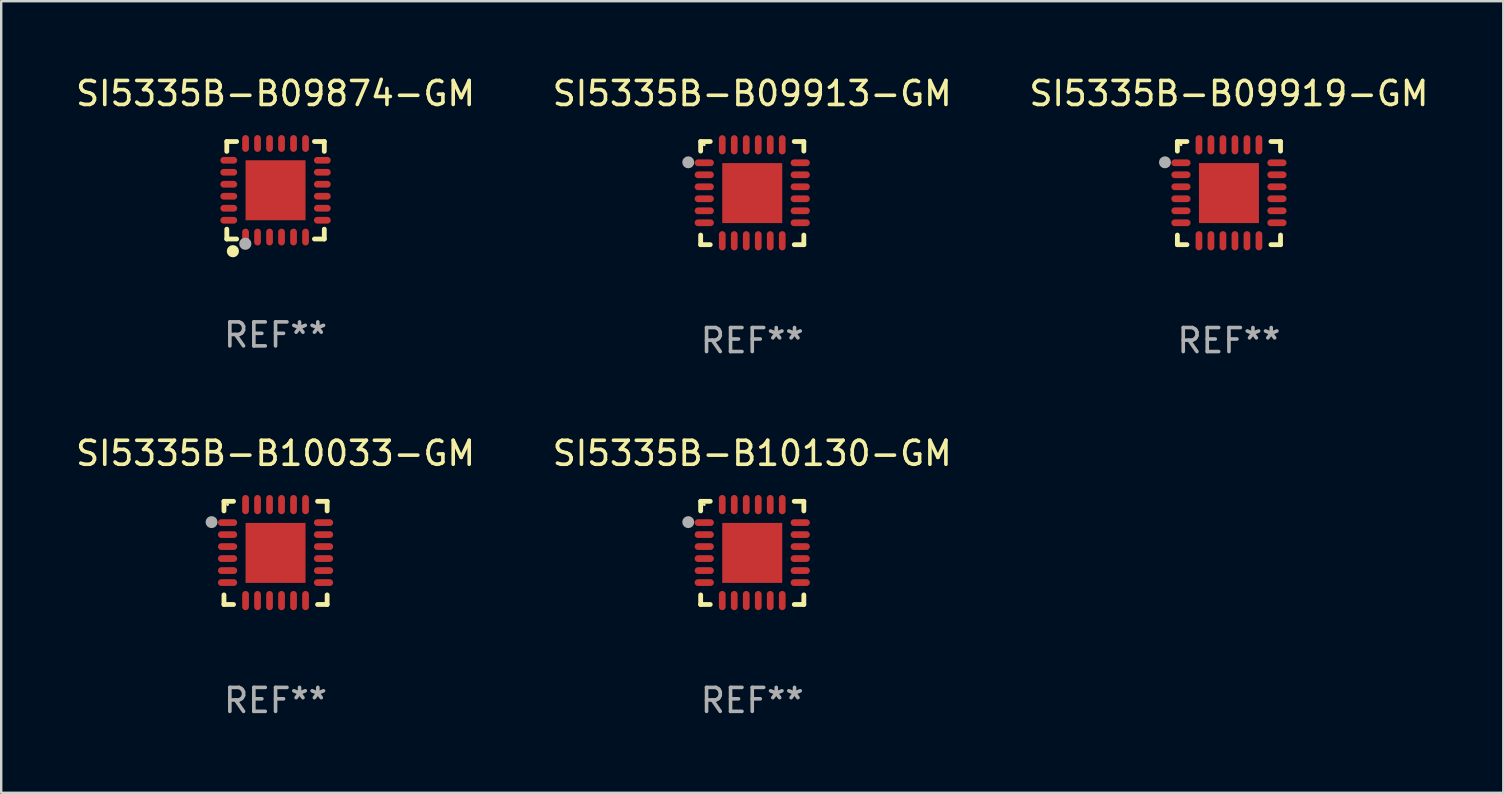
<source format=kicad_pcb>
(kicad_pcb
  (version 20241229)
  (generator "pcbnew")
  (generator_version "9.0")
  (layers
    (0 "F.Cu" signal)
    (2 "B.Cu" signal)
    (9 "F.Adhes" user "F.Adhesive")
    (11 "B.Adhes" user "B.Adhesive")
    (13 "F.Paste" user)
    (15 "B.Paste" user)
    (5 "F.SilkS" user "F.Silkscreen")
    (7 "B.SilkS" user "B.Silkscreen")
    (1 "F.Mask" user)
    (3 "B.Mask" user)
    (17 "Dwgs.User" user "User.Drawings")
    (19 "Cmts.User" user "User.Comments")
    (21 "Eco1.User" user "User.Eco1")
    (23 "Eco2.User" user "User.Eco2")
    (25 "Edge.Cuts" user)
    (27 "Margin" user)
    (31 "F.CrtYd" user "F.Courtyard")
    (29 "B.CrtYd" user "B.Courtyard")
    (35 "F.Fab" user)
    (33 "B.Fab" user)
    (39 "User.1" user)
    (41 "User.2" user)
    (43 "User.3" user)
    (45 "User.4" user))
  (footprint "SI5335B-B10033-GM"
    (layer "F.Cu")
    (at 8.435 19.995)
    (property "Reference" "SI5335B-B10033-GM" (at 0 -4.15 0) (layer "F.SilkS") (effects (font (size 1 1) (thickness 0.15))))
    (attr through_hole)
    (fp_line (start -2.15 -2.15) (end -1.75 -2.15) (stroke (width 0.2) (type solid)) (layer "F.SilkS"))
    (fp_line (start -2.15 -1.75) (end -2.15 -2.15) (stroke (width 0.2) (type solid)) (layer "F.SilkS"))
    (fp_line (start -2.15 2.15) (end -2.15 1.75) (stroke (width 0.2) (type solid)) (layer "F.SilkS"))
    (fp_line (start -1.75 2.15) (end -2.15 2.15) (stroke (width 0.2) (type solid)) (layer "F.SilkS"))
    (fp_line (start 1.75 -2.15) (end 2.15 -2.15) (stroke (width 0.2) (type solid)) (layer "F.SilkS"))
    (fp_line (start 1.75 2.15) (end 2.15 2.15) (stroke (width 0.2) (type solid)) (layer "F.SilkS"))
    (fp_line (start 2.15 -2.15) (end 2.15 -1.75) (stroke (width 0.2) (type solid)) (layer "F.SilkS"))
    (fp_line (start 2.15 2.15) (end 2.15 1.75) (stroke (width 0.2) (type solid)) (layer "F.SilkS"))
    (fp_circle (center -2 -2.013) (end -1.97 -2.013) (stroke (width 0.06) (type solid)) (fill no) (layer "F.SilkS"))
    (fp_circle (center -2.667 -1.283) (end -2.542 -1.283) (stroke (width 0.25) (type solid)) (fill no) (layer "F.Fab"))
    (fp_text user "REF**" (at 0 6.15 0) (layer "F.Fab") (effects (font (size 1 1) (thickness 0.15))))
    (pad "1" smd oval (at -2 -1.263) (size 0.8 0.28) (layers "F.Cu" "F.Mask" "F.Paste"))
    (pad "2" smd oval (at -2 -0.763) (size 0.8 0.28) (layers "F.Cu" "F.Mask" "F.Paste"))
    (pad "3" smd oval (at -2 -0.263) (size 0.8 0.28) (layers "F.Cu" "F.Mask" "F.Paste"))
    (pad "4" smd oval (at -2 0.237) (size 0.8 0.28) (layers "F.Cu" "F.Mask" "F.Paste"))
    (pad "5" smd oval (at -2 0.737) (size 0.8 0.28) (layers "F.Cu" "F.Mask" "F.Paste"))
    (pad "6" smd oval (at -2 1.237) (size 0.8 0.28) (layers "F.Cu" "F.Mask" "F.Paste"))
    (pad "7" smd oval (at -1.25 1.987) (size 0.28 0.8) (layers "F.Cu" "F.Mask" "F.Paste"))
    (pad "8" smd oval (at -0.75 1.987) (size 0.28 0.8) (layers "F.Cu" "F.Mask" "F.Paste"))
    (pad "9" smd oval (at -0.25 1.987) (size 0.28 0.8) (layers "F.Cu" "F.Mask" "F.Paste"))
    (pad "10" smd oval (at 0.25 1.987) (size 0.28 0.8) (layers "F.Cu" "F.Mask" "F.Paste"))
    (pad "11" smd oval (at 0.75 1.987) (size 0.28 0.8) (layers "F.Cu" "F.Mask" "F.Paste"))
    (pad "12" smd oval (at 1.25 1.987) (size 0.28 0.8) (layers "F.Cu" "F.Mask" "F.Paste"))
    (pad "13" smd oval (at 2 1.237) (size 0.8 0.28) (layers "F.Cu" "F.Mask" "F.Paste"))
    (pad "14" smd oval (at 2 0.737) (size 0.8 0.28) (layers "F.Cu" "F.Mask" "F.Paste"))
    (pad "15" smd oval (at 2 0.237) (size 0.8 0.28) (layers "F.Cu" "F.Mask" "F.Paste"))
    (pad "16" smd oval (at 2 -0.263) (size 0.8 0.28) (layers "F.Cu" "F.Mask" "F.Paste"))
    (pad "17" smd oval (at 2 -0.763) (size 0.8 0.28) (layers "F.Cu" "F.Mask" "F.Paste"))
    (pad "18" smd oval (at 2 -1.263) (size 0.8 0.28) (layers "F.Cu" "F.Mask" "F.Paste"))
    (pad "19" smd oval (at 1.25 -2.013) (size 0.28 0.8) (layers "F.Cu" "F.Mask" "F.Paste"))
    (pad "20" smd oval (at 0.75 -2.013) (size 0.28 0.8) (layers "F.Cu" "F.Mask" "F.Paste"))
    (pad "21" smd oval (at 0.25 -2.013) (size 0.28 0.8) (layers "F.Cu" "F.Mask" "F.Paste"))
    (pad "22" smd oval (at -0.25 -2.013) (size 0.28 0.8) (layers "F.Cu" "F.Mask" "F.Paste"))
    (pad "23" smd oval (at -0.75 -2.013) (size 0.28 0.8) (layers "F.Cu" "F.Mask" "F.Paste"))
    (pad "24" smd oval (at -1.25 -2.013) (size 0.28 0.8) (layers "F.Cu" "F.Mask" "F.Paste"))
    (pad "25" smd rect (at -0.000127 -0.00014) (size 2.5 2.5) (layers "F.Cu" "F.Mask" "F.Paste")))
  (footprint "SI5335B-B09874-GM"
    (layer "F.Cu")
    (at 8.435 4.88)
    (property "Reference" "SI5335B-B09874-GM" (at 0 -4.032 0) (layer "F.SilkS") (effects (font (size 1 1) (thickness 0.15))))
    (attr through_hole)
    (fp_line (start -2.032 -2.032) (end -1.621 -2.032) (stroke (width 0.2) (type solid)) (layer "F.SilkS"))
    (fp_line (start -2.032 -1.621) (end -2.032 -2.032) (stroke (width 0.2) (type solid)) (layer "F.SilkS"))
    (fp_line (start -2.032 2.032) (end -2.032 1.621) (stroke (width 0.2) (type solid)) (layer "F.SilkS"))
    (fp_line (start -1.621 2.032) (end -2.032 2.032) (stroke (width 0.2) (type solid)) (layer "F.SilkS"))
    (fp_line (start 1.621 -2.032) (end 2.032 -2.032) (stroke (width 0.2) (type solid)) (layer "F.SilkS"))
    (fp_line (start 2.032 -2.032) (end 2.032 -1.621) (stroke (width 0.2) (type solid)) (layer "F.SilkS"))
    (fp_line (start 2.032 1.621) (end 2.032 2.032) (stroke (width 0.2) (type solid)) (layer "F.SilkS"))
    (fp_line (start 2.032 2.032) (end 1.621 2.032) (stroke (width 0.2) (type solid)) (layer "F.SilkS"))
    (fp_circle (center -2 2) (end -1.97 2) (stroke (width 0.06) (type solid)) (fill no) (layer "F.SilkS"))
    (fp_circle (center -1.778 2.54) (end -1.651 2.54) (stroke (width 0.254) (type solid)) (fill no) (layer "F.SilkS"))
    (fp_circle (center -1.26 2.23) (end -1.133 2.23) (stroke (width 0.254) (type solid)) (fill no) (layer "F.Fab"))
    (fp_text user "REF**" (at 0 6.032 0) (layer "F.Fab") (effects (font (size 1 1) (thickness 0.15))))
    (pad "1" smd oval (at -1.25 1.95 180) (size 0.28 0.7) (layers "F.Cu" "F.Mask" "F.Paste"))
    (pad "2" smd oval (at -0.75 1.95 180) (size 0.28 0.7) (layers "F.Cu" "F.Mask" "F.Paste"))
    (pad "3" smd oval (at -0.25 1.95 180) (size 0.28 0.7) (layers "F.Cu" "F.Mask" "F.Paste"))
    (pad "4" smd oval (at 0.25 1.95 180) (size 0.28 0.7) (layers "F.Cu" "F.Mask" "F.Paste"))
    (pad "5" smd oval (at 0.75 1.95 180) (size 0.28 0.7) (layers "F.Cu" "F.Mask" "F.Paste"))
    (pad "6" smd oval (at 1.25 1.95 180) (size 0.28 0.7) (layers "F.Cu" "F.Mask" "F.Paste"))
    (pad "7" smd oval (at 1.95 1.25 270) (size 0.28 0.7) (layers "F.Cu" "F.Mask" "F.Paste"))
    (pad "8" smd oval (at 1.95 0.75 270) (size 0.28 0.7) (layers "F.Cu" "F.Mask" "F.Paste"))
    (pad "9" smd oval (at 1.95 0.25 270) (size 0.28 0.7) (layers "F.Cu" "F.Mask" "F.Paste"))
    (pad "10" smd oval (at 1.95 -0.25 270) (size 0.28 0.7) (layers "F.Cu" "F.Mask" "F.Paste"))
    (pad "11" smd oval (at 1.95 -0.75 270) (size 0.28 0.7) (layers "F.Cu" "F.Mask" "F.Paste"))
    (pad "12" smd oval (at 1.95 -1.25 270) (size 0.28 0.7) (layers "F.Cu" "F.Mask" "F.Paste"))
    (pad "13" smd oval (at 1.25 -1.95) (size 0.28 0.7) (layers "F.Cu" "F.Mask" "F.Paste"))
    (pad "14" smd oval (at 0.75 -1.95) (size 0.28 0.7) (layers "F.Cu" "F.Mask" "F.Paste"))
    (pad "15" smd oval (at 0.25 -1.95) (size 0.28 0.7) (layers "F.Cu" "F.Mask" "F.Paste"))
    (pad "16" smd oval (at -0.25 -1.95) (size 0.28 0.7) (layers "F.Cu" "F.Mask" "F.Paste"))
    (pad "17" smd oval (at -0.75 -1.95) (size 0.28 0.7) (layers "F.Cu" "F.Mask" "F.Paste"))
    (pad "18" smd oval (at -1.25 -1.95) (size 0.28 0.7) (layers "F.Cu" "F.Mask" "F.Paste"))
    (pad "19" smd oval (at -1.95 -1.25 90) (size 0.28 0.7) (layers "F.Cu" "F.Mask" "F.Paste"))
    (pad "20" smd oval (at -1.95 -0.75 90) (size 0.28 0.7) (layers "F.Cu" "F.Mask" "F.Paste"))
    (pad "21" smd oval (at -1.95 -0.25 90) (size 0.28 0.7) (layers "F.Cu" "F.Mask" "F.Paste"))
    (pad "22" smd oval (at -1.95 0.25 90) (size 0.28 0.7) (layers "F.Cu" "F.Mask" "F.Paste"))
    (pad "23" smd oval (at -1.95 0.75 90) (size 0.28 0.7) (layers "F.Cu" "F.Mask" "F.Paste"))
    (pad "24" smd oval (at -1.95 1.25 90) (size 0.28 0.7) (layers "F.Cu" "F.Mask" "F.Paste"))
    (pad "25" smd rect (at -0.000178 0.000025 90) (size 2.5 2.5) (layers "F.Cu" "F.Mask" "F.Paste")))
  (footprint "SI5335B-B09913-GM"
    (layer "F.Cu")
    (at 28.304 4.998)
    (property "Reference" "SI5335B-B09913-GM" (at 0 -4.15 0) (layer "F.SilkS") (effects (font (size 1 1) (thickness 0.15))))
    (attr through_hole)
    (fp_line (start -2.15 -2.15) (end -1.75 -2.15) (stroke (width 0.2) (type solid)) (layer "F.SilkS"))
    (fp_line (start -2.15 -1.75) (end -2.15 -2.15) (stroke (width 0.2) (type solid)) (layer "F.SilkS"))
    (fp_line (start -2.15 2.15) (end -2.15 1.75) (stroke (width 0.2) (type solid)) (layer "F.SilkS"))
    (fp_line (start -1.75 2.15) (end -2.15 2.15) (stroke (width 0.2) (type solid)) (layer "F.SilkS"))
    (fp_line (start 1.75 -2.15) (end 2.15 -2.15) (stroke (width 0.2) (type solid)) (layer "F.SilkS"))
    (fp_line (start 1.75 2.15) (end 2.15 2.15) (stroke (width 0.2) (type solid)) (layer "F.SilkS"))
    (fp_line (start 2.15 -2.15) (end 2.15 -1.75) (stroke (width 0.2) (type solid)) (layer "F.SilkS"))
    (fp_line (start 2.15 2.15) (end 2.15 1.75) (stroke (width 0.2) (type solid)) (layer "F.SilkS"))
    (fp_circle (center -2 -2.013) (end -1.97 -2.013) (stroke (width 0.06) (type solid)) (fill no) (layer "F.SilkS"))
    (fp_circle (center -2.667 -1.283) (end -2.542 -1.283) (stroke (width 0.25) (type solid)) (fill no) (layer "F.Fab"))
    (fp_text user "REF**" (at 0 6.15 0) (layer "F.Fab") (effects (font (size 1 1) (thickness 0.15))))
    (pad "1" smd oval (at -2 -1.263) (size 0.8 0.28) (layers "F.Cu" "F.Mask" "F.Paste"))
    (pad "2" smd oval (at -2 -0.763) (size 0.8 0.28) (layers "F.Cu" "F.Mask" "F.Paste"))
    (pad "3" smd oval (at -2 -0.263) (size 0.8 0.28) (layers "F.Cu" "F.Mask" "F.Paste"))
    (pad "4" smd oval (at -2 0.237) (size 0.8 0.28) (layers "F.Cu" "F.Mask" "F.Paste"))
    (pad "5" smd oval (at -2 0.737) (size 0.8 0.28) (layers "F.Cu" "F.Mask" "F.Paste"))
    (pad "6" smd oval (at -2 1.237) (size 0.8 0.28) (layers "F.Cu" "F.Mask" "F.Paste"))
    (pad "7" smd oval (at -1.25 1.987) (size 0.28 0.8) (layers "F.Cu" "F.Mask" "F.Paste"))
    (pad "8" smd oval (at -0.75 1.987) (size 0.28 0.8) (layers "F.Cu" "F.Mask" "F.Paste"))
    (pad "9" smd oval (at -0.25 1.987) (size 0.28 0.8) (layers "F.Cu" "F.Mask" "F.Paste"))
    (pad "10" smd oval (at 0.25 1.987) (size 0.28 0.8) (layers "F.Cu" "F.Mask" "F.Paste"))
    (pad "11" smd oval (at 0.75 1.987) (size 0.28 0.8) (layers "F.Cu" "F.Mask" "F.Paste"))
    (pad "12" smd oval (at 1.25 1.987) (size 0.28 0.8) (layers "F.Cu" "F.Mask" "F.Paste"))
    (pad "13" smd oval (at 2 1.237) (size 0.8 0.28) (layers "F.Cu" "F.Mask" "F.Paste"))
    (pad "14" smd oval (at 2 0.737) (size 0.8 0.28) (layers "F.Cu" "F.Mask" "F.Paste"))
    (pad "15" smd oval (at 2 0.237) (size 0.8 0.28) (layers "F.Cu" "F.Mask" "F.Paste"))
    (pad "16" smd oval (at 2 -0.263) (size 0.8 0.28) (layers "F.Cu" "F.Mask" "F.Paste"))
    (pad "17" smd oval (at 2 -0.763) (size 0.8 0.28) (layers "F.Cu" "F.Mask" "F.Paste"))
    (pad "18" smd oval (at 2 -1.263) (size 0.8 0.28) (layers "F.Cu" "F.Mask" "F.Paste"))
    (pad "19" smd oval (at 1.25 -2.013) (size 0.28 0.8) (layers "F.Cu" "F.Mask" "F.Paste"))
    (pad "20" smd oval (at 0.75 -2.013) (size 0.28 0.8) (layers "F.Cu" "F.Mask" "F.Paste"))
    (pad "21" smd oval (at 0.25 -2.013) (size 0.28 0.8) (layers "F.Cu" "F.Mask" "F.Paste"))
    (pad "22" smd oval (at -0.25 -2.013) (size 0.28 0.8) (layers "F.Cu" "F.Mask" "F.Paste"))
    (pad "23" smd oval (at -0.75 -2.013) (size 0.28 0.8) (layers "F.Cu" "F.Mask" "F.Paste"))
    (pad "24" smd oval (at -1.25 -2.013) (size 0.28 0.8) (layers "F.Cu" "F.Mask" "F.Paste"))
    (pad "25" smd rect (at -0.000127 -0.00014) (size 2.5 2.5) (layers "F.Cu" "F.Mask" "F.Paste")))
  (footprint "SI5335B-B10130-GM"
    (layer "F.Cu")
    (at 28.304 19.995)
    (property "Reference" "SI5335B-B10130-GM" (at 0 -4.15 0) (layer "F.SilkS") (effects (font (size 1 1) (thickness 0.15))))
    (attr through_hole)
    (fp_line (start -2.15 -2.15) (end -1.75 -2.15) (stroke (width 0.2) (type solid)) (layer "F.SilkS"))
    (fp_line (start -2.15 -1.75) (end -2.15 -2.15) (stroke (width 0.2) (type solid)) (layer "F.SilkS"))
    (fp_line (start -2.15 2.15) (end -2.15 1.75) (stroke (width 0.2) (type solid)) (layer "F.SilkS"))
    (fp_line (start -1.75 2.15) (end -2.15 2.15) (stroke (width 0.2) (type solid)) (layer "F.SilkS"))
    (fp_line (start 1.75 -2.15) (end 2.15 -2.15) (stroke (width 0.2) (type solid)) (layer "F.SilkS"))
    (fp_line (start 1.75 2.15) (end 2.15 2.15) (stroke (width 0.2) (type solid)) (layer "F.SilkS"))
    (fp_line (start 2.15 -2.15) (end 2.15 -1.75) (stroke (width 0.2) (type solid)) (layer "F.SilkS"))
    (fp_line (start 2.15 2.15) (end 2.15 1.75) (stroke (width 0.2) (type solid)) (layer "F.SilkS"))
    (fp_circle (center -2 -2.013) (end -1.97 -2.013) (stroke (width 0.06) (type solid)) (fill no) (layer "F.SilkS"))
    (fp_circle (center -2.667 -1.283) (end -2.542 -1.283) (stroke (width 0.25) (type solid)) (fill no) (layer "F.Fab"))
    (fp_text user "REF**" (at 0 6.15 0) (layer "F.Fab") (effects (font (size 1 1) (thickness 0.15))))
    (pad "1" smd oval (at -2 -1.263) (size 0.8 0.28) (layers "F.Cu" "F.Mask" "F.Paste"))
    (pad "2" smd oval (at -2 -0.763) (size 0.8 0.28) (layers "F.Cu" "F.Mask" "F.Paste"))
    (pad "3" smd oval (at -2 -0.263) (size 0.8 0.28) (layers "F.Cu" "F.Mask" "F.Paste"))
    (pad "4" smd oval (at -2 0.237) (size 0.8 0.28) (layers "F.Cu" "F.Mask" "F.Paste"))
    (pad "5" smd oval (at -2 0.737) (size 0.8 0.28) (layers "F.Cu" "F.Mask" "F.Paste"))
    (pad "6" smd oval (at -2 1.237) (size 0.8 0.28) (layers "F.Cu" "F.Mask" "F.Paste"))
    (pad "7" smd oval (at -1.25 1.987) (size 0.28 0.8) (layers "F.Cu" "F.Mask" "F.Paste"))
    (pad "8" smd oval (at -0.75 1.987) (size 0.28 0.8) (layers "F.Cu" "F.Mask" "F.Paste"))
    (pad "9" smd oval (at -0.25 1.987) (size 0.28 0.8) (layers "F.Cu" "F.Mask" "F.Paste"))
    (pad "10" smd oval (at 0.25 1.987) (size 0.28 0.8) (layers "F.Cu" "F.Mask" "F.Paste"))
    (pad "11" smd oval (at 0.75 1.987) (size 0.28 0.8) (layers "F.Cu" "F.Mask" "F.Paste"))
    (pad "12" smd oval (at 1.25 1.987) (size 0.28 0.8) (layers "F.Cu" "F.Mask" "F.Paste"))
    (pad "13" smd oval (at 2 1.237) (size 0.8 0.28) (layers "F.Cu" "F.Mask" "F.Paste"))
    (pad "14" smd oval (at 2 0.737) (size 0.8 0.28) (layers "F.Cu" "F.Mask" "F.Paste"))
    (pad "15" smd oval (at 2 0.237) (size 0.8 0.28) (layers "F.Cu" "F.Mask" "F.Paste"))
    (pad "16" smd oval (at 2 -0.263) (size 0.8 0.28) (layers "F.Cu" "F.Mask" "F.Paste"))
    (pad "17" smd oval (at 2 -0.763) (size 0.8 0.28) (layers "F.Cu" "F.Mask" "F.Paste"))
    (pad "18" smd oval (at 2 -1.263) (size 0.8 0.28) (layers "F.Cu" "F.Mask" "F.Paste"))
    (pad "19" smd oval (at 1.25 -2.013) (size 0.28 0.8) (layers "F.Cu" "F.Mask" "F.Paste"))
    (pad "20" smd oval (at 0.75 -2.013) (size 0.28 0.8) (layers "F.Cu" "F.Mask" "F.Paste"))
    (pad "21" smd oval (at 0.25 -2.013) (size 0.28 0.8) (layers "F.Cu" "F.Mask" "F.Paste"))
    (pad "22" smd oval (at -0.25 -2.013) (size 0.28 0.8) (layers "F.Cu" "F.Mask" "F.Paste"))
    (pad "23" smd oval (at -0.75 -2.013) (size 0.28 0.8) (layers "F.Cu" "F.Mask" "F.Paste"))
    (pad "24" smd oval (at -1.25 -2.013) (size 0.28 0.8) (layers "F.Cu" "F.Mask" "F.Paste"))
    (pad "25" smd rect (at -0.000127 -0.00014) (size 2.5 2.5) (layers "F.Cu" "F.Mask" "F.Paste")))
  (footprint "SI5335B-B09919-GM"
    (layer "F.Cu")
    (at 48.173 4.998)
    (property "Reference" "SI5335B-B09919-GM" (at 0 -4.15 0) (layer "F.SilkS") (effects (font (size 1 1) (thickness 0.15))))
    (attr through_hole)
    (fp_line (start -2.15 -2.15) (end -1.75 -2.15) (stroke (width 0.2) (type solid)) (layer "F.SilkS"))
    (fp_line (start -2.15 -1.75) (end -2.15 -2.15) (stroke (width 0.2) (type solid)) (layer "F.SilkS"))
    (fp_line (start -2.15 2.15) (end -2.15 1.75) (stroke (width 0.2) (type solid)) (layer "F.SilkS"))
    (fp_line (start -1.75 2.15) (end -2.15 2.15) (stroke (width 0.2) (type solid)) (layer "F.SilkS"))
    (fp_line (start 1.75 -2.15) (end 2.15 -2.15) (stroke (width 0.2) (type solid)) (layer "F.SilkS"))
    (fp_line (start 1.75 2.15) (end 2.15 2.15) (stroke (width 0.2) (type solid)) (layer "F.SilkS"))
    (fp_line (start 2.15 -2.15) (end 2.15 -1.75) (stroke (width 0.2) (type solid)) (layer "F.SilkS"))
    (fp_line (start 2.15 2.15) (end 2.15 1.75) (stroke (width 0.2) (type solid)) (layer "F.SilkS"))
    (fp_circle (center -2 -2.013) (end -1.97 -2.013) (stroke (width 0.06) (type solid)) (fill no) (layer "F.SilkS"))
    (fp_circle (center -2.667 -1.283) (end -2.542 -1.283) (stroke (width 0.25) (type solid)) (fill no) (layer "F.Fab"))
    (fp_text user "REF**" (at 0 6.15 0) (layer "F.Fab") (effects (font (size 1 1) (thickness 0.15))))
    (pad "1" smd oval (at -2 -1.263) (size 0.8 0.28) (layers "F.Cu" "F.Mask" "F.Paste"))
    (pad "2" smd oval (at -2 -0.763) (size 0.8 0.28) (layers "F.Cu" "F.Mask" "F.Paste"))
    (pad "3" smd oval (at -2 -0.263) (size 0.8 0.28) (layers "F.Cu" "F.Mask" "F.Paste"))
    (pad "4" smd oval (at -2 0.237) (size 0.8 0.28) (layers "F.Cu" "F.Mask" "F.Paste"))
    (pad "5" smd oval (at -2 0.737) (size 0.8 0.28) (layers "F.Cu" "F.Mask" "F.Paste"))
    (pad "6" smd oval (at -2 1.237) (size 0.8 0.28) (layers "F.Cu" "F.Mask" "F.Paste"))
    (pad "7" smd oval (at -1.25 1.987) (size 0.28 0.8) (layers "F.Cu" "F.Mask" "F.Paste"))
    (pad "8" smd oval (at -0.75 1.987) (size 0.28 0.8) (layers "F.Cu" "F.Mask" "F.Paste"))
    (pad "9" smd oval (at -0.25 1.987) (size 0.28 0.8) (layers "F.Cu" "F.Mask" "F.Paste"))
    (pad "10" smd oval (at 0.25 1.987) (size 0.28 0.8) (layers "F.Cu" "F.Mask" "F.Paste"))
    (pad "11" smd oval (at 0.75 1.987) (size 0.28 0.8) (layers "F.Cu" "F.Mask" "F.Paste"))
    (pad "12" smd oval (at 1.25 1.987) (size 0.28 0.8) (layers "F.Cu" "F.Mask" "F.Paste"))
    (pad "13" smd oval (at 2 1.237) (size 0.8 0.28) (layers "F.Cu" "F.Mask" "F.Paste"))
    (pad "14" smd oval (at 2 0.737) (size 0.8 0.28) (layers "F.Cu" "F.Mask" "F.Paste"))
    (pad "15" smd oval (at 2 0.237) (size 0.8 0.28) (layers "F.Cu" "F.Mask" "F.Paste"))
    (pad "16" smd oval (at 2 -0.263) (size 0.8 0.28) (layers "F.Cu" "F.Mask" "F.Paste"))
    (pad "17" smd oval (at 2 -0.763) (size 0.8 0.28) (layers "F.Cu" "F.Mask" "F.Paste"))
    (pad "18" smd oval (at 2 -1.263) (size 0.8 0.28) (layers "F.Cu" "F.Mask" "F.Paste"))
    (pad "19" smd oval (at 1.25 -2.013) (size 0.28 0.8) (layers "F.Cu" "F.Mask" "F.Paste"))
    (pad "20" smd oval (at 0.75 -2.013) (size 0.28 0.8) (layers "F.Cu" "F.Mask" "F.Paste"))
    (pad "21" smd oval (at 0.25 -2.013) (size 0.28 0.8) (layers "F.Cu" "F.Mask" "F.Paste"))
    (pad "22" smd oval (at -0.25 -2.013) (size 0.28 0.8) (layers "F.Cu" "F.Mask" "F.Paste"))
    (pad "23" smd oval (at -0.75 -2.013) (size 0.28 0.8) (layers "F.Cu" "F.Mask" "F.Paste"))
    (pad "24" smd oval (at -1.25 -2.013) (size 0.28 0.8) (layers "F.Cu" "F.Mask" "F.Paste"))
    (pad "25" smd rect (at -0.000127 -0.00014) (size 2.5 2.5) (layers "F.Cu" "F.Mask" "F.Paste")))
  (gr_rect
    (start -3 -3)
    (end 59.607 29.993)
    (stroke (width 0.1) (type default))
    (fill no)
    (layer "Edge.Cuts")))
</source>
